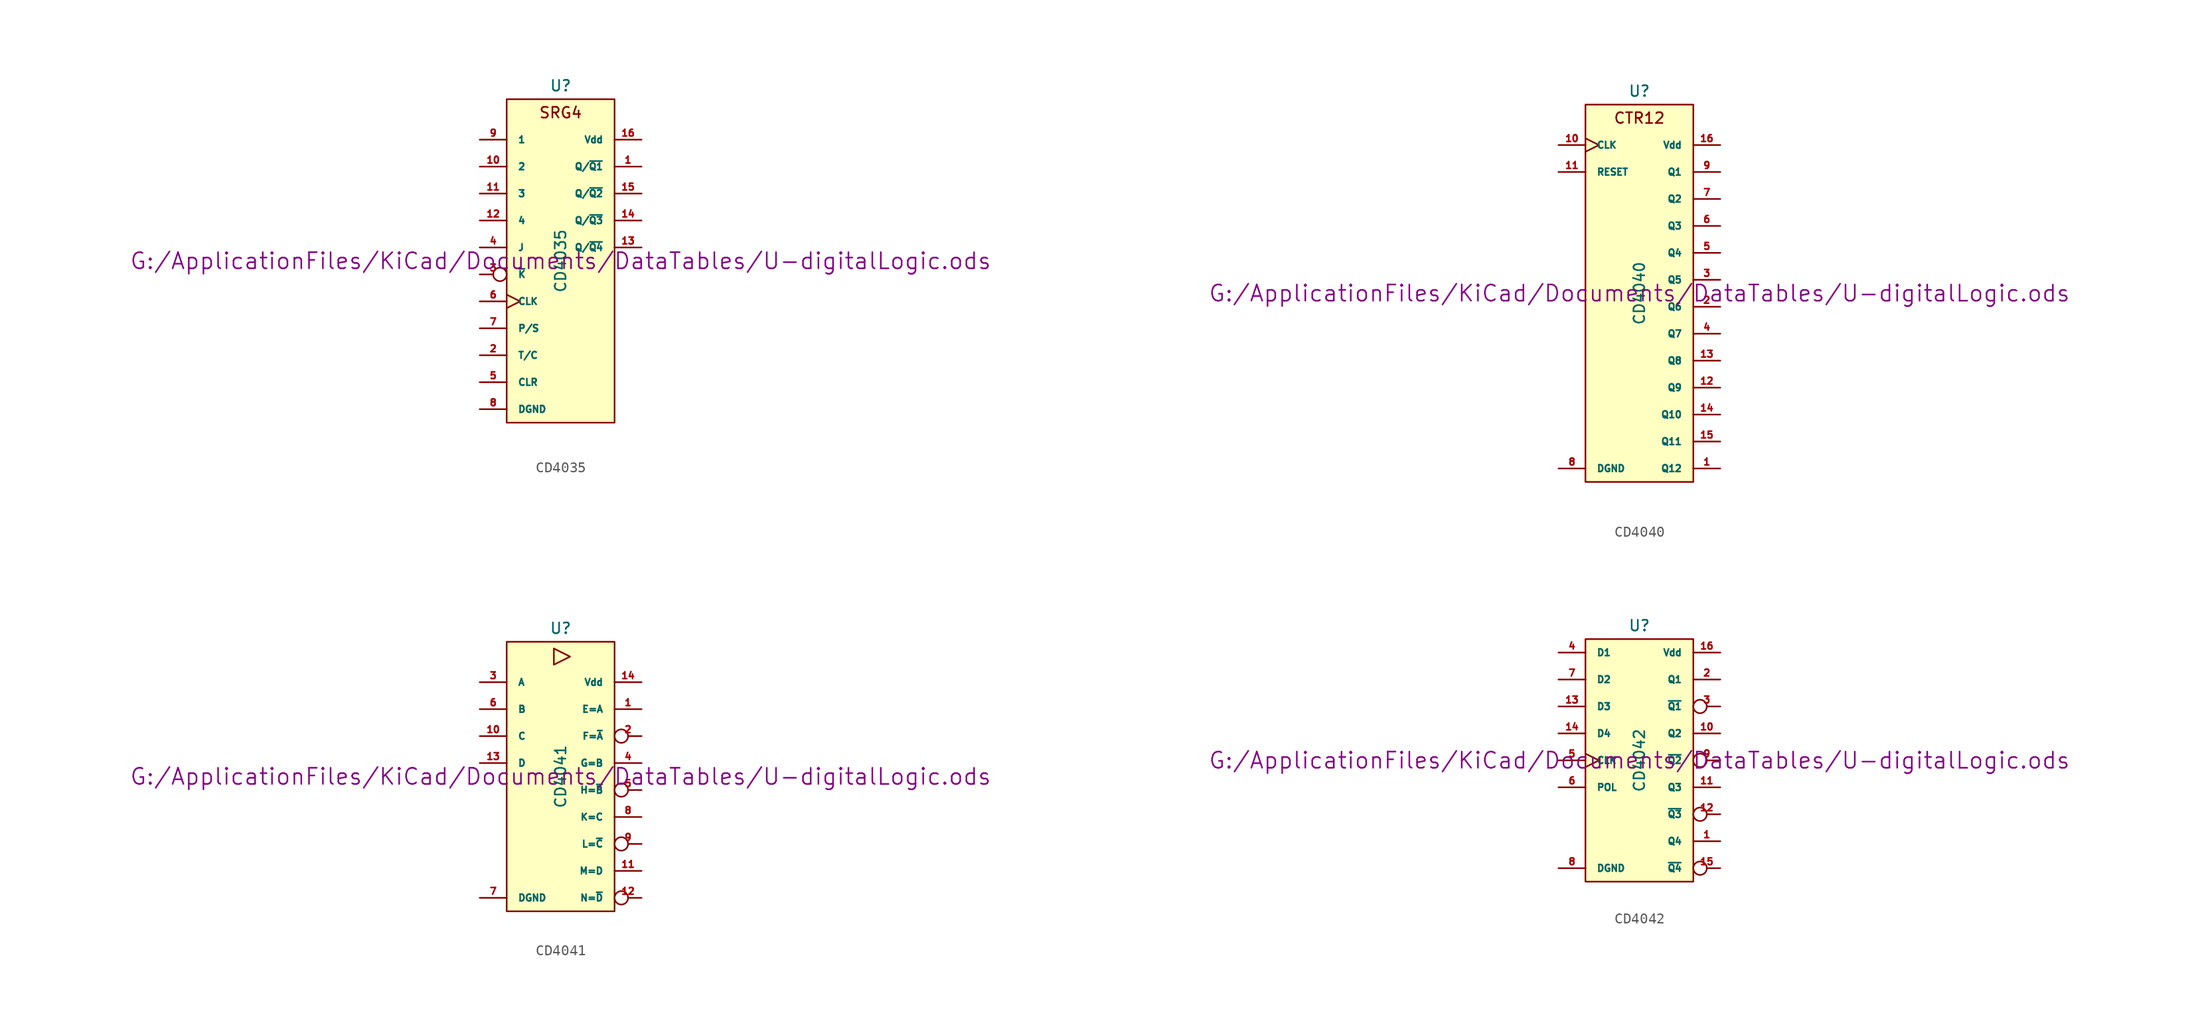
<source format=kicad_sym>
(kicad_symbol_lib
  (version 20211014)
  (generator kicad_symbol_editor)
  (symbol "CD4035"
    (pin_names
      (offset 1.016))
    (property "Reference" "U"
      (at 0 16.51 0)
      (effects (font (size 1.016 1.016))))
    (property "Value" "CD4035"
      (at 0 0 90)
      (effects (font (size 1.016 1.016))))
    (property "Footprint" ""
      (at 0 0 0)
      (effects (font (size 1.524 1.524))))
    (property "Datasheet" "G:/ApplicationFiles/KiCad/Documents/DataTables/U-digitalLogic.ods"
      (at 0 0 0)
      (effects (font (size 1.524 1.524))))
    (symbol "CD4035_0_0"
      (text "SRG4" (at 0 13.97 0) (effects (font (size 1.016 1.016)))))
    (symbol "CD4035_0_1"
      (rectangle (start -5.08 15.24) (end 5.08 -15.24) (stroke (width 0) (type default) (color 0 0 0 0)) (fill (type background))))
    (symbol "CD4035_1_1"
      (pin output line (at 7.62 8.89 180) (length 2.54) (name "Q/~{Q1}" (effects (font (size 0.635 0.635)))) (number "1" (effects (font (size 0.635 0.635)))))
      (pin input line (at -7.62 8.89 0) (length 2.54) (name "2" (effects (font (size 0.635 0.635)))) (number "10" (effects (font (size 0.635 0.635)))))
      (pin input line (at -7.62 6.35 0) (length 2.54) (name "3" (effects (font (size 0.635 0.635)))) (number "11" (effects (font (size 0.635 0.635)))))
      (pin input line (at -7.62 3.81 0) (length 2.54) (name "4" (effects (font (size 0.635 0.635)))) (number "12" (effects (font (size 0.635 0.635)))))
      (pin output line (at 7.62 1.27 180) (length 2.54) (name "Q/~{Q4}" (effects (font (size 0.635 0.635)))) (number "13" (effects (font (size 0.635 0.635)))))
      (pin output line (at 7.62 3.81 180) (length 2.54) (name "Q/~{Q3}" (effects (font (size 0.635 0.635)))) (number "14" (effects (font (size 0.635 0.635)))))
      (pin output line (at 7.62 6.35 180) (length 2.54) (name "Q/~{Q2}" (effects (font (size 0.635 0.635)))) (number "15" (effects (font (size 0.635 0.635)))))
      (pin power_in line (at 7.62 11.43 180) (length 2.54) (name "Vdd" (effects (font (size 0.635 0.635)))) (number "16" (effects (font (size 0.635 0.635)))))
      (pin input line (at -7.62 -8.89 0) (length 2.54) (name "T/C" (effects (font (size 0.635 0.635)))) (number "2" (effects (font (size 0.635 0.635)))))
      (pin input inverted (at -7.62 -1.27 0) (length 2.54) (name "~{K}" (effects (font (size 0.635 0.635)))) (number "3" (effects (font (size 0.635 0.635)))))
      (pin input line (at -7.62 1.27 0) (length 2.54) (name "J" (effects (font (size 0.635 0.635)))) (number "4" (effects (font (size 0.635 0.635)))))
      (pin input line (at -7.62 -11.43 0) (length 2.54) (name "CLR" (effects (font (size 0.635 0.635)))) (number "5" (effects (font (size 0.635 0.635)))))
      (pin input clock (at -7.62 -3.81 0) (length 2.54) (name "CLK" (effects (font (size 0.635 0.635)))) (number "6" (effects (font (size 0.635 0.635)))))
      (pin input line (at -7.62 -6.35 0) (length 2.54) (name "P/S" (effects (font (size 0.635 0.635)))) (number "7" (effects (font (size 0.635 0.635)))))
      (pin power_in line (at -7.62 -13.97 0) (length 2.54) (name "DGND" (effects (font (size 0.635 0.635)))) (number "8" (effects (font (size 0.635 0.635)))))
      (pin input line (at -7.62 11.43 0) (length 2.54) (name "1" (effects (font (size 0.635 0.635)))) (number "9" (effects (font (size 0.635 0.635)))))))
  (symbol "CD4040"
    (pin_names
      (offset 1.016))
    (property "Reference" "U"
      (at 0 19.05 0)
      (effects (font (size 1.016 1.016))))
    (property "Value" "CD4040"
      (at 0 0 90)
      (effects (font (size 1.016 1.016))))
    (property "Footprint" ""
      (at 0 0 0)
      (effects (font (size 1.524 1.524))))
    (property "Datasheet" "G:/ApplicationFiles/KiCad/Documents/DataTables/U-digitalLogic.ods"
      (at 0 0 0)
      (effects (font (size 1.524 1.524))))
    (symbol "CD4040_0_0"
      (text "CTR12" (at 0 16.51 0) (effects (font (size 1.016 1.016)))))
    (symbol "CD4040_0_1"
      (rectangle (start -5.08 17.78) (end 5.08 -17.78) (stroke (width 0) (type default) (color 0 0 0 0)) (fill (type background))))
    (symbol "CD4040_1_1"
      (pin output line (at 7.62 -16.51 180) (length 2.54) (name "Q12" (effects (font (size 0.635 0.635)))) (number "1" (effects (font (size 0.635 0.635)))))
      (pin input clock (at -7.62 13.97 0) (length 2.54) (name "CLK" (effects (font (size 0.635 0.635)))) (number "10" (effects (font (size 0.635 0.635)))))
      (pin input line (at -7.62 11.43 0) (length 2.54) (name "RESET" (effects (font (size 0.635 0.635)))) (number "11" (effects (font (size 0.635 0.635)))))
      (pin output line (at 7.62 -8.89 180) (length 2.54) (name "Q9" (effects (font (size 0.635 0.635)))) (number "12" (effects (font (size 0.635 0.635)))))
      (pin output line (at 7.62 -6.35 180) (length 2.54) (name "Q8" (effects (font (size 0.635 0.635)))) (number "13" (effects (font (size 0.635 0.635)))))
      (pin output line (at 7.62 -11.43 180) (length 2.54) (name "Q10" (effects (font (size 0.635 0.635)))) (number "14" (effects (font (size 0.635 0.635)))))
      (pin output line (at 7.62 -13.97 180) (length 2.54) (name "Q11" (effects (font (size 0.635 0.635)))) (number "15" (effects (font (size 0.635 0.635)))))
      (pin power_in line (at 7.62 13.97 180) (length 2.54) (name "Vdd" (effects (font (size 0.635 0.635)))) (number "16" (effects (font (size 0.635 0.635)))))
      (pin output line (at 7.62 -1.27 180) (length 2.54) (name "Q6" (effects (font (size 0.635 0.635)))) (number "2" (effects (font (size 0.635 0.635)))))
      (pin output line (at 7.62 1.27 180) (length 2.54) (name "Q5" (effects (font (size 0.635 0.635)))) (number "3" (effects (font (size 0.635 0.635)))))
      (pin output line (at 7.62 -3.81 180) (length 2.54) (name "Q7" (effects (font (size 0.635 0.635)))) (number "4" (effects (font (size 0.635 0.635)))))
      (pin output line (at 7.62 3.81 180) (length 2.54) (name "Q4" (effects (font (size 0.635 0.635)))) (number "5" (effects (font (size 0.635 0.635)))))
      (pin output line (at 7.62 6.35 180) (length 2.54) (name "Q3" (effects (font (size 0.635 0.635)))) (number "6" (effects (font (size 0.635 0.635)))))
      (pin output line (at 7.62 8.89 180) (length 2.54) (name "Q2" (effects (font (size 0.635 0.635)))) (number "7" (effects (font (size 0.635 0.635)))))
      (pin power_in line (at -7.62 -16.51 0) (length 2.54) (name "DGND" (effects (font (size 0.635 0.635)))) (number "8" (effects (font (size 0.635 0.635)))))
      (pin output line (at 7.62 11.43 180) (length 2.54) (name "Q1" (effects (font (size 0.635 0.635)))) (number "9" (effects (font (size 0.635 0.635)))))))
  (symbol "CD4041"
    (pin_names
      (offset 1.016))
    (property "Reference" "U"
      (at 0 13.97 0)
      (effects (font (size 1.016 1.016))))
    (property "Value" "CD4041"
      (at 0 0 90)
      (effects (font (size 1.016 1.016))))
    (property "Footprint" ""
      (at 0 0 0)
      (effects (font (size 1.524 1.524))))
    (property "Datasheet" "G:/ApplicationFiles/KiCad/Documents/DataTables/U-digitalLogic.ods"
      (at 0 0 0)
      (effects (font (size 1.524 1.524))))
    (symbol "CD4041_0_0"
      (polyline (pts (xy -0.635 12.065) (xy -0.635 10.541) (xy 0.889 11.303) (xy -0.635 12.065)) (stroke (width 0) (type default) (color 0 0 0 0)) (fill (type none))))
    (symbol "CD4041_0_1"
      (rectangle (start -5.08 12.7) (end 5.08 -12.7) (stroke (width 0) (type default) (color 0 0 0 0)) (fill (type background))))
    (symbol "CD4041_1_1"
      (pin output line (at 7.62 6.35 180) (length 2.54) (name "E=A" (effects (font (size 0.635 0.635)))) (number "1" (effects (font (size 0.635 0.635)))))
      (pin input line (at -7.62 3.81 0) (length 2.54) (name "C" (effects (font (size 0.635 0.635)))) (number "10" (effects (font (size 0.635 0.635)))))
      (pin output line (at 7.62 -8.89 180) (length 2.54) (name "M=D" (effects (font (size 0.635 0.635)))) (number "11" (effects (font (size 0.635 0.635)))))
      (pin output inverted (at 7.62 -11.43 180) (length 2.54) (name "N=~{D}" (effects (font (size 0.635 0.635)))) (number "12" (effects (font (size 0.635 0.635)))))
      (pin input line (at -7.62 1.27 0) (length 2.54) (name "D" (effects (font (size 0.635 0.635)))) (number "13" (effects (font (size 0.635 0.635)))))
      (pin power_in line (at 7.62 8.89 180) (length 2.54) (name "Vdd" (effects (font (size 0.635 0.635)))) (number "14" (effects (font (size 0.635 0.635)))))
      (pin output inverted (at 7.62 3.81 180) (length 2.54) (name "F=~{A}" (effects (font (size 0.635 0.635)))) (number "2" (effects (font (size 0.635 0.635)))))
      (pin input line (at -7.62 8.89 0) (length 2.54) (name "A" (effects (font (size 0.635 0.635)))) (number "3" (effects (font (size 0.635 0.635)))))
      (pin output line (at 7.62 1.27 180) (length 2.54) (name "G=B" (effects (font (size 0.635 0.635)))) (number "4" (effects (font (size 0.635 0.635)))))
      (pin output inverted (at 7.62 -1.27 180) (length 2.54) (name "H=~{B}" (effects (font (size 0.635 0.635)))) (number "5" (effects (font (size 0.635 0.635)))))
      (pin input line (at -7.62 6.35 0) (length 2.54) (name "B" (effects (font (size 0.635 0.635)))) (number "6" (effects (font (size 0.635 0.635)))))
      (pin power_in line (at -7.62 -11.43 0) (length 2.54) (name "DGND" (effects (font (size 0.635 0.635)))) (number "7" (effects (font (size 0.635 0.635)))))
      (pin output line (at 7.62 -3.81 180) (length 2.54) (name "K=C" (effects (font (size 0.635 0.635)))) (number "8" (effects (font (size 0.635 0.635)))))
      (pin output inverted (at 7.62 -6.35 180) (length 2.54) (name "L=~{C}" (effects (font (size 0.635 0.635)))) (number "9" (effects (font (size 0.635 0.635)))))))
  (symbol "CD4042"
    (pin_names
      (offset 1.016))
    (property "Reference" "U"
      (at 0 12.7 0)
      (effects (font (size 1.016 1.016))))
    (property "Value" "CD4042"
      (at 0 0 90)
      (effects (font (size 1.016 1.016))))
    (property "Footprint" ""
      (at 0 0 0)
      (effects (font (size 1.524 1.524))))
    (property "Datasheet" "G:/ApplicationFiles/KiCad/Documents/DataTables/U-digitalLogic.ods"
      (at 0 0 0)
      (effects (font (size 1.524 1.524))))
    (symbol "CD4042_0_1"
      (rectangle (start -5.08 11.43) (end 5.08 -11.43) (stroke (width 0) (type default) (color 0 0 0 0)) (fill (type background))))
    (symbol "CD4042_1_1"
      (pin output line (at 7.62 -7.62 180) (length 2.54) (name "Q4" (effects (font (size 0.635 0.635)))) (number "1" (effects (font (size 0.635 0.635)))))
      (pin output line (at 7.62 2.54 180) (length 2.54) (name "Q2" (effects (font (size 0.635 0.635)))) (number "10" (effects (font (size 0.635 0.635)))))
      (pin output line (at 7.62 -2.54 180) (length 2.54) (name "Q3" (effects (font (size 0.635 0.635)))) (number "11" (effects (font (size 0.635 0.635)))))
      (pin output inverted (at 7.62 -5.08 180) (length 2.54) (name "~{Q3}" (effects (font (size 0.635 0.635)))) (number "12" (effects (font (size 0.635 0.635)))))
      (pin input line (at -7.62 5.08 0) (length 2.54) (name "D3" (effects (font (size 0.635 0.635)))) (number "13" (effects (font (size 0.635 0.635)))))
      (pin input line (at -7.62 2.54 0) (length 2.54) (name "D4" (effects (font (size 0.635 0.635)))) (number "14" (effects (font (size 0.635 0.635)))))
      (pin output inverted (at 7.62 -10.16 180) (length 2.54) (name "~{Q4}" (effects (font (size 0.635 0.635)))) (number "15" (effects (font (size 0.635 0.635)))))
      (pin power_in line (at 7.62 10.16 180) (length 2.54) (name "Vdd" (effects (font (size 0.635 0.635)))) (number "16" (effects (font (size 0.635 0.635)))))
      (pin output line (at 7.62 7.62 180) (length 2.54) (name "Q1" (effects (font (size 0.635 0.635)))) (number "2" (effects (font (size 0.635 0.635)))))
      (pin output inverted (at 7.62 5.08 180) (length 2.54) (name "~{Q1}" (effects (font (size 0.635 0.635)))) (number "3" (effects (font (size 0.635 0.635)))))
      (pin input line (at -7.62 10.16 0) (length 2.54) (name "D1" (effects (font (size 0.635 0.635)))) (number "4" (effects (font (size 0.635 0.635)))))
      (pin input clock (at -7.62 0 0) (length 2.54) (name "CLK" (effects (font (size 0.635 0.635)))) (number "5" (effects (font (size 0.635 0.635)))))
      (pin input line (at -7.62 -2.54 0) (length 2.54) (name "POL" (effects (font (size 0.635 0.635)))) (number "6" (effects (font (size 0.635 0.635)))))
      (pin input line (at -7.62 7.62 0) (length 2.54) (name "D2" (effects (font (size 0.635 0.635)))) (number "7" (effects (font (size 0.635 0.635)))))
      (pin power_in line (at -7.62 -10.16 0) (length 2.54) (name "DGND" (effects (font (size 0.635 0.635)))) (number "8" (effects (font (size 0.635 0.635)))))
      (pin output inverted (at 7.62 0 180) (length 2.54) (name "~{Q2}" (effects (font (size 0.635 0.635)))) (number "9" (effects (font (size 0.635 0.635))))))))
</source>
